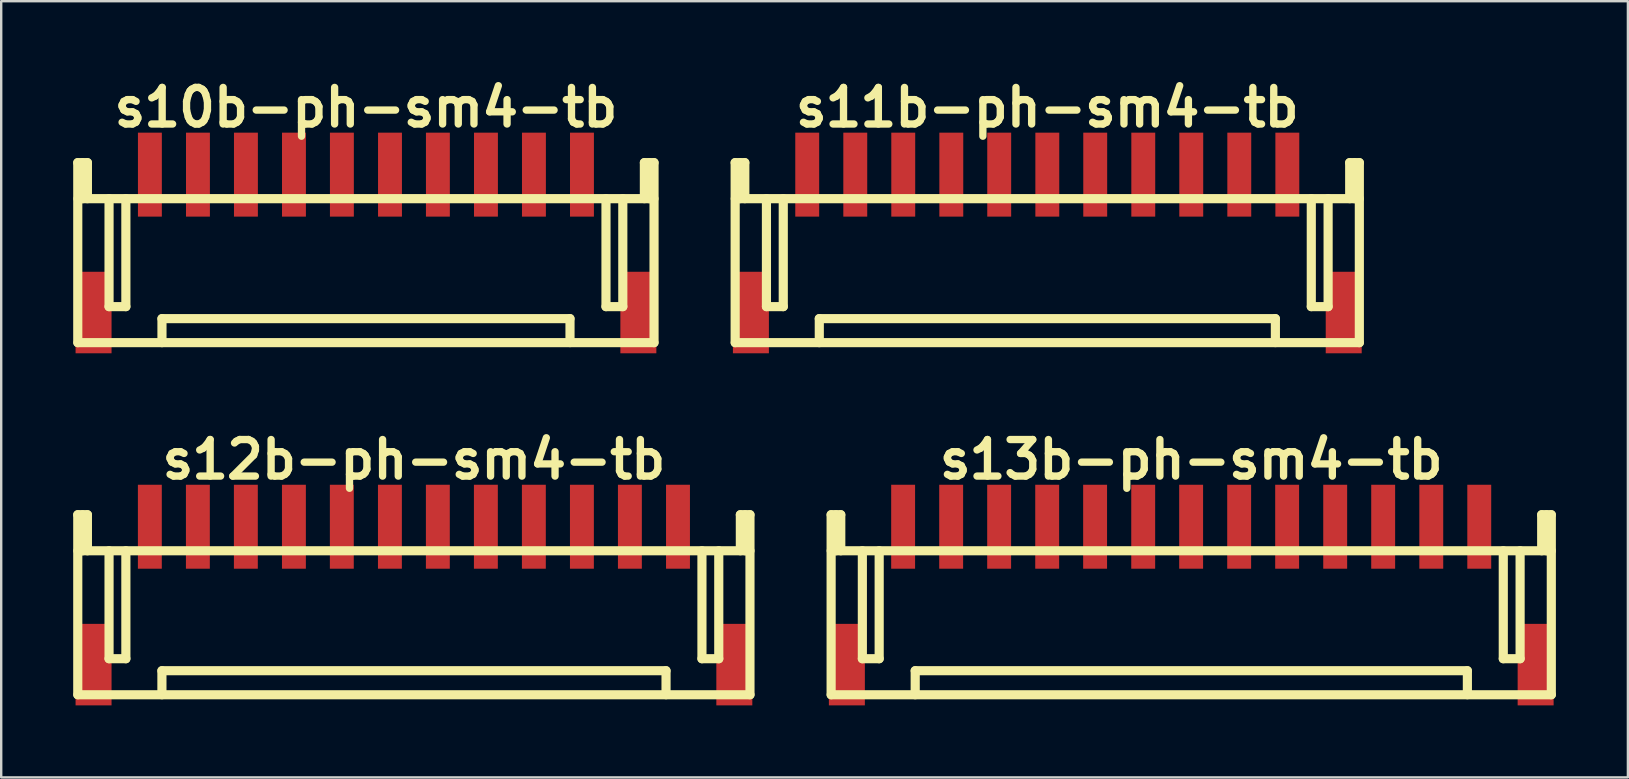
<source format=kicad_pcb>
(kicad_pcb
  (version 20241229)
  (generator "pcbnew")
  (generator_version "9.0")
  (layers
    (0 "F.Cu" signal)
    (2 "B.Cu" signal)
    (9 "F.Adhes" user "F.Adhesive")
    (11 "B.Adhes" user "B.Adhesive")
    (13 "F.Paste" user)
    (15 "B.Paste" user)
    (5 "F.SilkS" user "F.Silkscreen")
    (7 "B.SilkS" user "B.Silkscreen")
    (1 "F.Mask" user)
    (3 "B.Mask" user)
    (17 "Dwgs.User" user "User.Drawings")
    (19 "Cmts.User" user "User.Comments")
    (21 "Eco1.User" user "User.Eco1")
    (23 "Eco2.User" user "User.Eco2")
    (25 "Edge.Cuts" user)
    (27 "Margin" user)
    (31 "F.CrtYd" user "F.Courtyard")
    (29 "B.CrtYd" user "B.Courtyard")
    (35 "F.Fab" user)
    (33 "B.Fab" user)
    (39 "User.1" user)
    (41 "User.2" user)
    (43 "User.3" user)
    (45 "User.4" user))
  (footprint "s12b-ph-sm4-tb"
    (layer "F.Cu")
    (at 14.196 18.895)
    (property "Reference" "s12b-ph-sm4-tb" (at 0 -2.799 0) (layer "F.SilkS") (effects (font (size 1.524 1.524) (thickness 0.305))))
    (attr smd)
    (fp_line (start -14.006 7) (end -14.006 -0.5) (stroke (width 0.381) (type solid)) (layer "F.SilkS"))
    (fp_line (start -14 1.001) (end 14 1.001) (stroke (width 0.381) (type solid)) (layer "F.SilkS"))
    (fp_line (start -14 7) (end 14 7) (stroke (width 0.381) (type solid)) (layer "F.SilkS"))
    (fp_line (start -13.805 -0.5) (end -13.805 1.001) (stroke (width 0.381) (type solid)) (layer "F.SilkS"))
    (fp_line (start -13.604 -0.5) (end -14.006 -0.5) (stroke (width 0.381) (type solid)) (layer "F.SilkS"))
    (fp_line (start -13.604 1.001) (end -13.604 -0.5) (stroke (width 0.381) (type solid)) (layer "F.SilkS"))
    (fp_line (start -12.703 5.499) (end -12.703 1.001) (stroke (width 0.381) (type solid)) (layer "F.SilkS"))
    (fp_line (start -12.002 1.001) (end -12.002 5.499) (stroke (width 0.381) (type solid)) (layer "F.SilkS"))
    (fp_line (start -12.002 5.499) (end -12.703 5.499) (stroke (width 0.381) (type solid)) (layer "F.SilkS"))
    (fp_line (start -10.5 7) (end -10.5 5.999) (stroke (width 0.381) (type solid)) (layer "F.SilkS"))
    (fp_line (start 10.5 5.999) (end -10.5 5.999) (stroke (width 0.381) (type solid)) (layer "F.SilkS"))
    (fp_line (start 10.503 5.999) (end 10.503 6.998) (stroke (width 0.381) (type solid)) (layer "F.SilkS"))
    (fp_line (start 11.999 1.001) (end 11.999 5.499) (stroke (width 0.381) (type solid)) (layer "F.SilkS"))
    (fp_line (start 11.999 5.499) (end 12.7 5.499) (stroke (width 0.381) (type solid)) (layer "F.SilkS"))
    (fp_line (start 12.7 5.499) (end 12.7 1.001) (stroke (width 0.381) (type solid)) (layer "F.SilkS"))
    (fp_line (start 13.599 -0.5) (end 13.599 1.001) (stroke (width 0.381) (type solid)) (layer "F.SilkS"))
    (fp_line (start 13.8 1.001) (end 13.8 -0.5) (stroke (width 0.381) (type solid)) (layer "F.SilkS"))
    (fp_line (start 14 -0.5) (end 13.599 -0.5) (stroke (width 0.381) (type solid)) (layer "F.SilkS"))
    (fp_line (start 14 -0.5) (end 14 7) (stroke (width 0.381) (type solid)) (layer "F.SilkS"))
    (pad "" smd rect (at -13.348 5.745) (size 1.499 3.396) (layers "F.Cu" "F.Mask" "F.Paste"))
    (pad "" smd rect (at 13.348 5.745) (size 1.499 3.396) (layers "F.Cu" "F.Mask" "F.Paste"))
    (pad "1" smd rect (at -11.003 0) (size 0.996 3.498) (layers "F.Cu" "F.Mask" "F.Paste"))
    (pad "2" smd rect (at -9.002 0) (size 0.996 3.498) (layers "F.Cu" "F.Mask" "F.Paste"))
    (pad "3" smd rect (at -7.003 0) (size 0.996 3.498) (layers "F.Cu" "F.Mask" "F.Paste"))
    (pad "4" smd rect (at -5.001 0) (size 0.996 3.498) (layers "F.Cu" "F.Mask" "F.Paste"))
    (pad "5" smd rect (at -3.005 0) (size 0.996 3.498) (layers "F.Cu" "F.Mask" "F.Paste"))
    (pad "6" smd rect (at -1.001 0) (size 0.996 3.498) (layers "F.Cu" "F.Mask" "F.Paste"))
    (pad "7" smd rect (at 0.996 0) (size 0.996 3.498) (layers "F.Cu" "F.Mask" "F.Paste"))
    (pad "8" smd rect (at 2.997 0) (size 0.996 3.498) (layers "F.Cu" "F.Mask" "F.Paste"))
    (pad "9" smd rect (at 4.996 0) (size 0.996 3.498) (layers "F.Cu" "F.Mask" "F.Paste"))
    (pad "10" smd rect (at 6.998 0) (size 0.996 3.498) (layers "F.Cu" "F.Mask" "F.Paste"))
    (pad "11" smd rect (at 8.997 0) (size 0.996 3.498) (layers "F.Cu" "F.Mask" "F.Paste"))
    (pad "12" smd rect (at 11.001 0) (size 0.996 3.498) (layers "F.Cu" "F.Mask" "F.Paste")))
  (footprint "s11b-ph-sm4-tb"
    (layer "F.Cu")
    (at 40.584 4.226)
    (property "Reference" "s11b-ph-sm4-tb" (at 0 -2.799 0) (layer "F.SilkS") (effects (font (size 1.524 1.524) (thickness 0.305))))
    (attr smd)
    (fp_line (start -13.005 7) (end -13.005 -0.5) (stroke (width 0.381) (type solid)) (layer "F.SilkS"))
    (fp_line (start -13 1.001) (end 13 1.001) (stroke (width 0.381) (type solid)) (layer "F.SilkS"))
    (fp_line (start -13 7) (end 13 7) (stroke (width 0.381) (type solid)) (layer "F.SilkS"))
    (fp_line (start -12.804 -0.5) (end -12.804 1.001) (stroke (width 0.381) (type solid)) (layer "F.SilkS"))
    (fp_line (start -12.603 -0.5) (end -13.005 -0.5) (stroke (width 0.381) (type solid)) (layer "F.SilkS"))
    (fp_line (start -12.603 1.001) (end -12.603 -0.5) (stroke (width 0.381) (type solid)) (layer "F.SilkS"))
    (fp_line (start -11.702 5.499) (end -11.702 1.001) (stroke (width 0.381) (type solid)) (layer "F.SilkS"))
    (fp_line (start -11.001 1.001) (end -11.001 5.499) (stroke (width 0.381) (type solid)) (layer "F.SilkS"))
    (fp_line (start -11.001 5.499) (end -11.702 5.499) (stroke (width 0.381) (type solid)) (layer "F.SilkS"))
    (fp_line (start -9.5 7) (end -9.5 5.999) (stroke (width 0.381) (type solid)) (layer "F.SilkS"))
    (fp_line (start 9.5 5.999) (end -9.5 5.999) (stroke (width 0.381) (type solid)) (layer "F.SilkS"))
    (fp_line (start 9.502 5.999) (end 9.502 6.998) (stroke (width 0.381) (type solid)) (layer "F.SilkS"))
    (fp_line (start 10.998 1.001) (end 10.998 5.499) (stroke (width 0.381) (type solid)) (layer "F.SilkS"))
    (fp_line (start 10.998 5.499) (end 11.699 5.499) (stroke (width 0.381) (type solid)) (layer "F.SilkS"))
    (fp_line (start 11.699 5.499) (end 11.699 1.001) (stroke (width 0.381) (type solid)) (layer "F.SilkS"))
    (fp_line (start 12.598 -0.5) (end 12.598 1.001) (stroke (width 0.381) (type solid)) (layer "F.SilkS"))
    (fp_line (start 12.799 1.001) (end 12.799 -0.5) (stroke (width 0.381) (type solid)) (layer "F.SilkS"))
    (fp_line (start 13 -0.5) (end 12.598 -0.5) (stroke (width 0.381) (type solid)) (layer "F.SilkS"))
    (fp_line (start 13 -0.5) (end 13 7) (stroke (width 0.381) (type solid)) (layer "F.SilkS"))
    (pad "" smd rect (at -12.349 5.745) (size 1.499 3.396) (layers "F.Cu" "F.Mask" "F.Paste"))
    (pad "" smd rect (at 12.349 5.745) (size 1.499 3.396) (layers "F.Cu" "F.Mask" "F.Paste"))
    (pad "1" smd rect (at -10.003 0) (size 0.996 3.498) (layers "F.Cu" "F.Mask" "F.Paste"))
    (pad "2" smd rect (at -8.001 0) (size 0.996 3.498) (layers "F.Cu" "F.Mask" "F.Paste"))
    (pad "3" smd rect (at -6.002 0) (size 0.996 3.498) (layers "F.Cu" "F.Mask" "F.Paste"))
    (pad "4" smd rect (at -4 0) (size 0.996 3.498) (layers "F.Cu" "F.Mask" "F.Paste"))
    (pad "5" smd rect (at -2.004 0) (size 0.996 3.498) (layers "F.Cu" "F.Mask" "F.Paste"))
    (pad "6" smd rect (at 0 0) (size 0.996 3.498) (layers "F.Cu" "F.Mask" "F.Paste"))
    (pad "7" smd rect (at 1.996 0) (size 0.996 3.498) (layers "F.Cu" "F.Mask" "F.Paste"))
    (pad "8" smd rect (at 3.998 0) (size 0.996 3.498) (layers "F.Cu" "F.Mask" "F.Paste"))
    (pad "9" smd rect (at 5.997 0) (size 0.996 3.498) (layers "F.Cu" "F.Mask" "F.Paste"))
    (pad "10" smd rect (at 7.998 0) (size 0.996 3.498) (layers "F.Cu" "F.Mask" "F.Paste"))
    (pad "11" smd rect (at 10 0) (size 0.996 3.498) (layers "F.Cu" "F.Mask" "F.Paste")))
  (footprint "s13b-ph-sm4-tb"
    (layer "F.Cu")
    (at 46.581 18.895)
    (property "Reference" "s13b-ph-sm4-tb" (at 0 -2.799 0) (layer "F.SilkS") (effects (font (size 1.524 1.524) (thickness 0.305))))
    (attr smd)
    (fp_line (start -15.004 7) (end -15.004 -0.5) (stroke (width 0.381) (type solid)) (layer "F.SilkS"))
    (fp_line (start -15.001 1.001) (end 15.001 1.001) (stroke (width 0.381) (type solid)) (layer "F.SilkS"))
    (fp_line (start -14.803 -0.5) (end -14.803 1.001) (stroke (width 0.381) (type solid)) (layer "F.SilkS"))
    (fp_line (start -14.602 -0.5) (end -15.004 -0.5) (stroke (width 0.381) (type solid)) (layer "F.SilkS"))
    (fp_line (start -14.602 1.001) (end -14.602 -0.5) (stroke (width 0.381) (type solid)) (layer "F.SilkS"))
    (fp_line (start -13.703 5.499) (end -13.703 1.001) (stroke (width 0.381) (type solid)) (layer "F.SilkS"))
    (fp_line (start -13.002 1.001) (end -13.002 5.499) (stroke (width 0.381) (type solid)) (layer "F.SilkS"))
    (fp_line (start -13.002 5.499) (end -13.703 5.499) (stroke (width 0.381) (type solid)) (layer "F.SilkS"))
    (fp_line (start -11.501 5.999) (end 11.501 5.999) (stroke (width 0.381) (type solid)) (layer "F.SilkS"))
    (fp_line (start -11.501 7) (end -11.501 5.999) (stroke (width 0.381) (type solid)) (layer "F.SilkS"))
    (fp_line (start 11.504 5.999) (end 11.504 6.998) (stroke (width 0.381) (type solid)) (layer "F.SilkS"))
    (fp_line (start 13 1.001) (end 13 5.499) (stroke (width 0.381) (type solid)) (layer "F.SilkS"))
    (fp_line (start 13 5.499) (end 13.701 5.499) (stroke (width 0.381) (type solid)) (layer "F.SilkS"))
    (fp_line (start 13.701 5.499) (end 13.701 1.001) (stroke (width 0.381) (type solid)) (layer "F.SilkS"))
    (fp_line (start 14.6 -0.5) (end 14.6 1.001) (stroke (width 0.381) (type solid)) (layer "F.SilkS"))
    (fp_line (start 14.801 1.001) (end 14.801 -0.5) (stroke (width 0.381) (type solid)) (layer "F.SilkS"))
    (fp_line (start 15.001 -0.5) (end 14.6 -0.5) (stroke (width 0.381) (type solid)) (layer "F.SilkS"))
    (fp_line (start 15.001 -0.5) (end 15.001 7) (stroke (width 0.381) (type solid)) (layer "F.SilkS"))
    (fp_line (start 15.001 7) (end -15.001 7) (stroke (width 0.381) (type solid)) (layer "F.SilkS"))
    (pad "" smd rect (at -14.348 5.745) (size 1.499 3.396) (layers "F.Cu" "F.Mask" "F.Paste"))
    (pad "" smd rect (at 14.348 5.745) (size 1.499 3.396) (layers "F.Cu" "F.Mask" "F.Paste"))
    (pad "1" smd rect (at -12.004 0) (size 0.996 3.498) (layers "F.Cu" "F.Mask" "F.Paste"))
    (pad "2" smd rect (at -10.003 0) (size 0.996 3.498) (layers "F.Cu" "F.Mask" "F.Paste"))
    (pad "3" smd rect (at -8.004 0) (size 0.996 3.498) (layers "F.Cu" "F.Mask" "F.Paste"))
    (pad "4" smd rect (at -6.002 0) (size 0.996 3.498) (layers "F.Cu" "F.Mask" "F.Paste"))
    (pad "5" smd rect (at -4.006 0) (size 0.996 3.498) (layers "F.Cu" "F.Mask" "F.Paste"))
    (pad "6" smd rect (at -2.002 0) (size 0.996 3.498) (layers "F.Cu" "F.Mask" "F.Paste"))
    (pad "7" smd rect (at -0.005 0) (size 0.996 3.498) (layers "F.Cu" "F.Mask" "F.Paste"))
    (pad "8" smd rect (at 1.996 0) (size 0.996 3.498) (layers "F.Cu" "F.Mask" "F.Paste"))
    (pad "9" smd rect (at 3.995 0) (size 0.996 3.498) (layers "F.Cu" "F.Mask" "F.Paste"))
    (pad "10" smd rect (at 5.997 0) (size 0.996 3.498) (layers "F.Cu" "F.Mask" "F.Paste"))
    (pad "11" smd rect (at 7.996 0) (size 0.996 3.498) (layers "F.Cu" "F.Mask" "F.Paste"))
    (pad "12" smd rect (at 10 0) (size 0.996 3.498) (layers "F.Cu" "F.Mask" "F.Paste"))
    (pad "13" smd rect (at 11.999 0) (size 0.996 3.498) (layers "F.Cu" "F.Mask" "F.Paste")))
  (footprint "s10b-ph-sm4-tb"
    (layer "F.Cu")
    (at 12.197 4.226)
    (property "Reference" "s10b-ph-sm4-tb" (at 0 -2.799 0) (layer "F.SilkS") (effects (font (size 1.524 1.524) (thickness 0.305))))
    (attr smd)
    (fp_line (start -12.007 7) (end -12.007 -0.5) (stroke (width 0.381) (type solid)) (layer "F.SilkS"))
    (fp_line (start -11.999 7) (end 11.999 7) (stroke (width 0.381) (type solid)) (layer "F.SilkS"))
    (fp_line (start -11.806 -0.5) (end -11.806 1.001) (stroke (width 0.381) (type solid)) (layer "F.SilkS"))
    (fp_line (start -11.605 -0.5) (end -12.007 -0.5) (stroke (width 0.381) (type solid)) (layer "F.SilkS"))
    (fp_line (start -11.605 1.001) (end -11.605 -0.5) (stroke (width 0.381) (type solid)) (layer "F.SilkS"))
    (fp_line (start -10.704 5.499) (end -10.704 1.001) (stroke (width 0.381) (type solid)) (layer "F.SilkS"))
    (fp_line (start -10.003 1.001) (end -10.003 5.499) (stroke (width 0.381) (type solid)) (layer "F.SilkS"))
    (fp_line (start -10.003 5.499) (end -10.704 5.499) (stroke (width 0.381) (type solid)) (layer "F.SilkS"))
    (fp_line (start -8.499 7) (end -8.499 5.999) (stroke (width 0.381) (type solid)) (layer "F.SilkS"))
    (fp_line (start 8.499 5.999) (end -8.499 5.999) (stroke (width 0.381) (type solid)) (layer "F.SilkS"))
    (fp_line (start 8.501 5.999) (end 8.501 6.998) (stroke (width 0.381) (type solid)) (layer "F.SilkS"))
    (fp_line (start 10 1.001) (end 10 5.499) (stroke (width 0.381) (type solid)) (layer "F.SilkS"))
    (fp_line (start 10 5.499) (end 10.701 5.499) (stroke (width 0.381) (type solid)) (layer "F.SilkS"))
    (fp_line (start 10.701 5.499) (end 10.701 1.001) (stroke (width 0.381) (type solid)) (layer "F.SilkS"))
    (fp_line (start 11.6 -0.5) (end 11.6 1.001) (stroke (width 0.381) (type solid)) (layer "F.SilkS"))
    (fp_line (start 11.801 1.001) (end 11.801 -0.5) (stroke (width 0.381) (type solid)) (layer "F.SilkS"))
    (fp_line (start 11.999 1.001) (end -11.999 1.001) (stroke (width 0.381) (type solid)) (layer "F.SilkS"))
    (fp_line (start 12.002 -0.5) (end 11.6 -0.5) (stroke (width 0.381) (type solid)) (layer "F.SilkS"))
    (fp_line (start 12.002 -0.5) (end 12.002 7) (stroke (width 0.381) (type solid)) (layer "F.SilkS"))
    (pad "" smd rect (at -11.349 5.745) (size 1.499 3.396) (layers "F.Cu" "F.Mask" "F.Paste"))
    (pad "" smd rect (at 11.349 5.745) (size 1.499 3.396) (layers "F.Cu" "F.Mask" "F.Paste"))
    (pad "1" smd rect (at -9.002 0) (size 0.996 3.498) (layers "F.Cu" "F.Mask" "F.Paste"))
    (pad "2" smd rect (at -7 0) (size 0.996 3.498) (layers "F.Cu" "F.Mask" "F.Paste"))
    (pad "3" smd rect (at -5.001 0) (size 0.996 3.498) (layers "F.Cu" "F.Mask" "F.Paste"))
    (pad "4" smd rect (at -3 0) (size 0.996 3.498) (layers "F.Cu" "F.Mask" "F.Paste"))
    (pad "5" smd rect (at -1.003 0) (size 0.996 3.498) (layers "F.Cu" "F.Mask" "F.Paste"))
    (pad "6" smd rect (at 1.001 0) (size 0.996 3.498) (layers "F.Cu" "F.Mask" "F.Paste"))
    (pad "7" smd rect (at 2.997 0) (size 0.996 3.498) (layers "F.Cu" "F.Mask" "F.Paste"))
    (pad "8" smd rect (at 4.999 0) (size 0.996 3.498) (layers "F.Cu" "F.Mask" "F.Paste"))
    (pad "9" smd rect (at 6.998 0) (size 0.996 3.498) (layers "F.Cu" "F.Mask" "F.Paste"))
    (pad "10" smd rect (at 8.999 0) (size 0.996 3.498) (layers "F.Cu" "F.Mask" "F.Paste")))
  (gr_rect
    (start -3 -3)
    (end 64.773 29.338)
    (stroke (width 0.1) (type default))
    (fill no)
    (layer "Edge.Cuts")))
</source>
